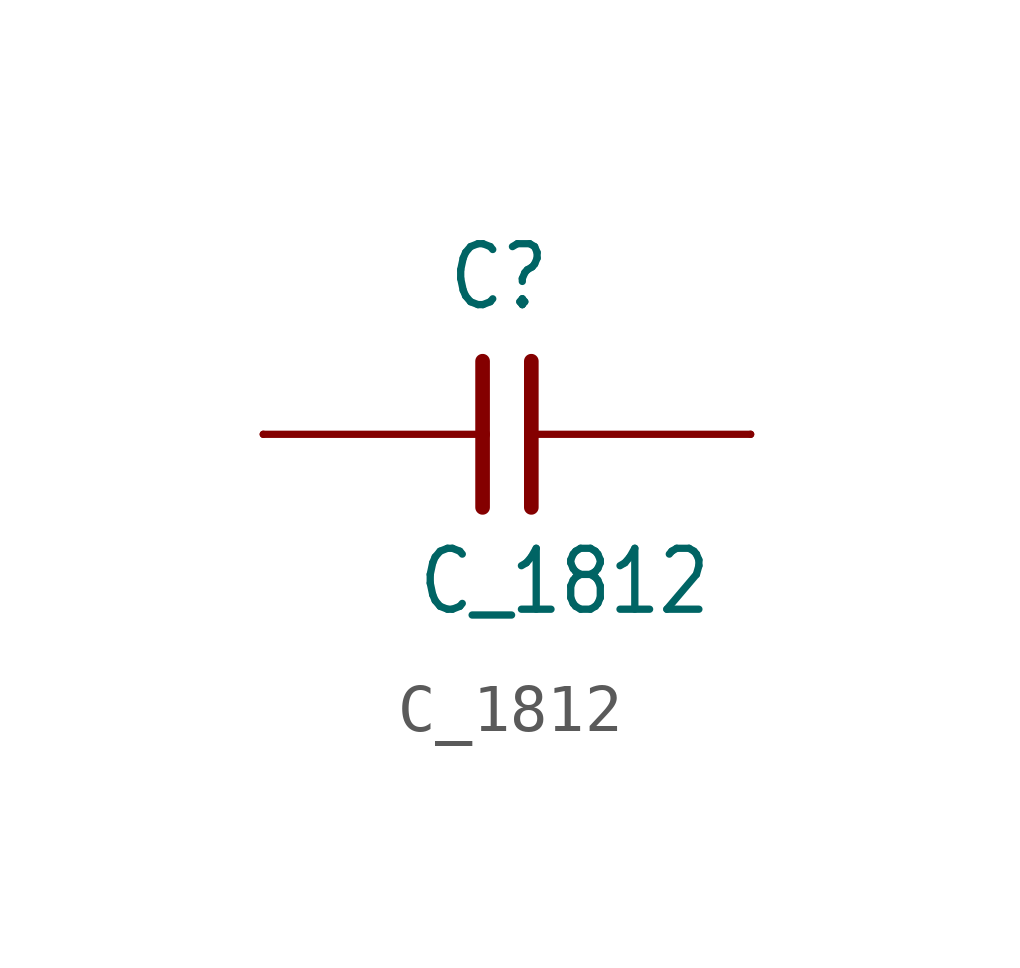
<source format=kicad_sym>
(kicad_symbol_lib
  (version 20201005)
  (generator kicad_symbol_editor)
  (symbol "C_1812"
    (property "Reference" "C"
      (at -1.27 2.54 0)
      (effects (font (size 1.27 1.079)) (justify left bottom)))
    (property "Value" "C_1812"
      (at -1.905 -3.81 0)
      (effects (font (size 1.27 1.079)) (justify left bottom)))
    (property "ki_locked" ""
      (at 0 0 0)
      (effects (font (size 1.27 1.27))))
    (symbol "C_1812_1_0"
      (polyline (pts (xy -5.08 0) (xy -0.508 0)) (stroke (width 0.152)) (fill (type none)))
      (polyline (pts (xy -0.508 1.524) (xy -0.508 0)) (stroke (width 0.305)) (fill (type none)))
      (polyline (pts (xy -0.508 0) (xy -0.508 -1.524)) (stroke (width 0.305)) (fill (type none)))
      (polyline (pts (xy 5.08 0) (xy 0.508 0)) (stroke (width 0.152)) (fill (type none)))
      (polyline (pts (xy 0.508 1.524) (xy 0.508 0)) (stroke (width 0.305)) (fill (type none)))
      (polyline (pts (xy 0.508 0) (xy 0.508 -1.524)) (stroke (width 0.305)) (fill (type none)))
      (pin passive line (at -5.08 0 0) (length 0) (name "1" (effects (font (size 0 0)))) (number "1" (effects (font (size 0 0)))))
      (pin passive line (at 5.08 0 0) (length 0) (name "2" (effects (font (size 0 0)))) (number "2" (effects (font (size 0 0))))))))
</source>
